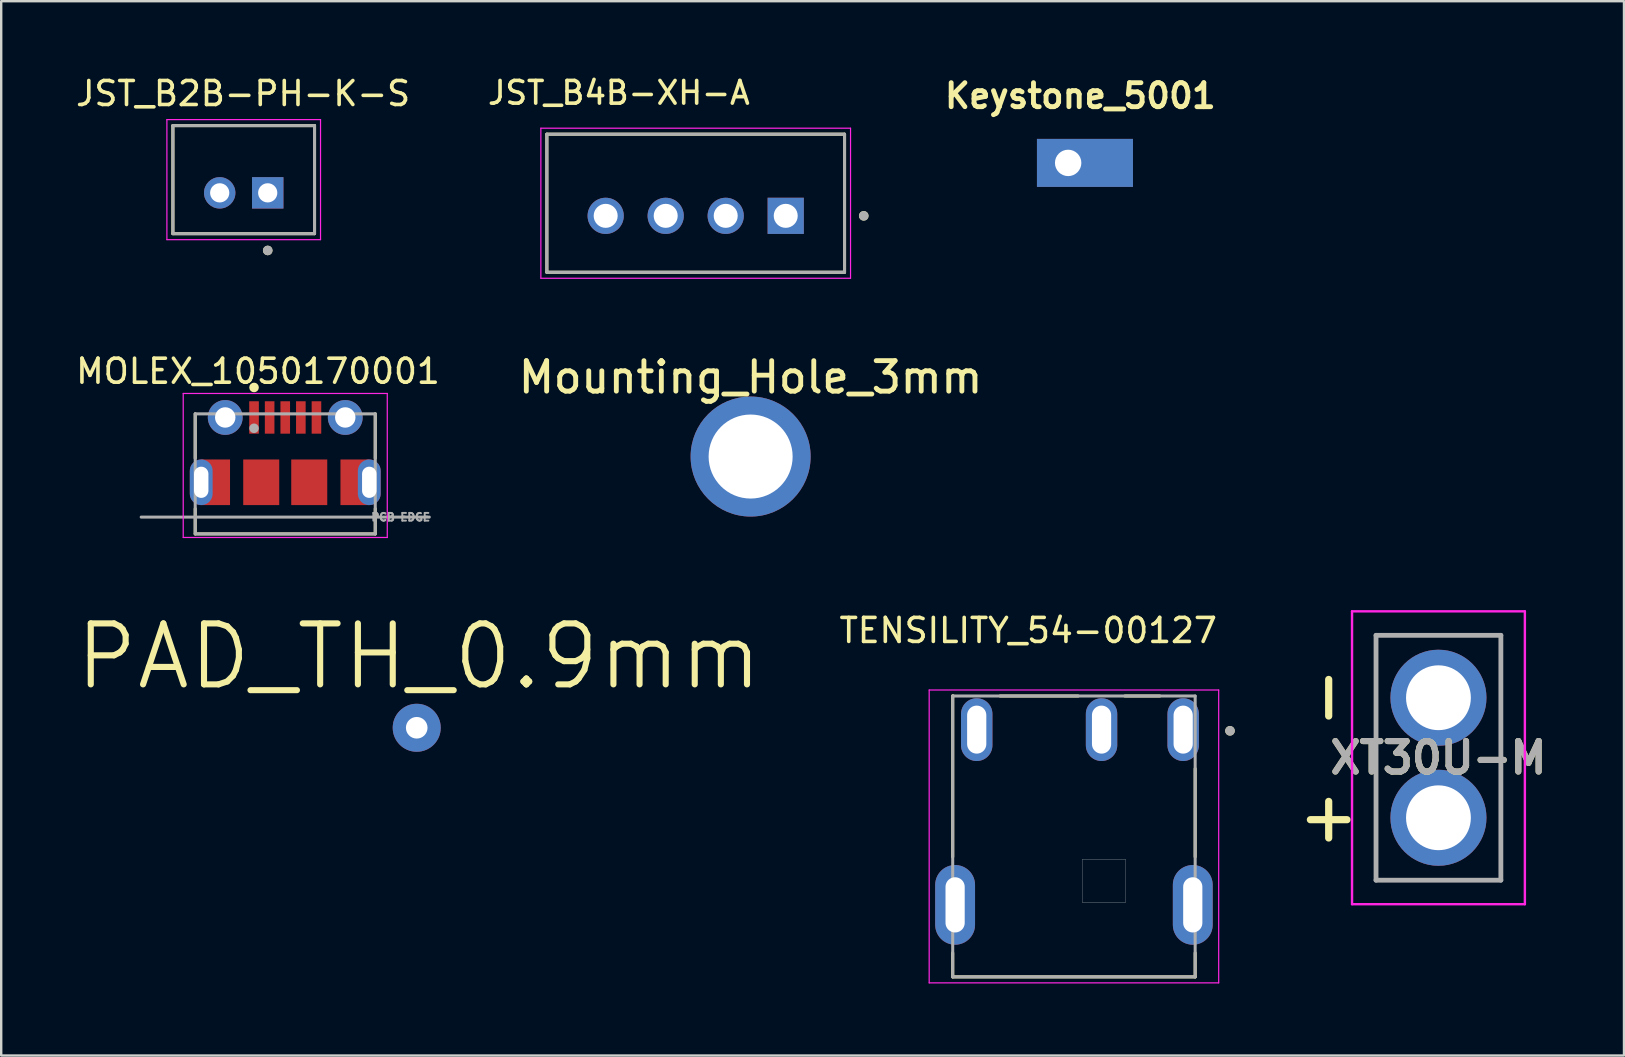
<source format=kicad_pcb>
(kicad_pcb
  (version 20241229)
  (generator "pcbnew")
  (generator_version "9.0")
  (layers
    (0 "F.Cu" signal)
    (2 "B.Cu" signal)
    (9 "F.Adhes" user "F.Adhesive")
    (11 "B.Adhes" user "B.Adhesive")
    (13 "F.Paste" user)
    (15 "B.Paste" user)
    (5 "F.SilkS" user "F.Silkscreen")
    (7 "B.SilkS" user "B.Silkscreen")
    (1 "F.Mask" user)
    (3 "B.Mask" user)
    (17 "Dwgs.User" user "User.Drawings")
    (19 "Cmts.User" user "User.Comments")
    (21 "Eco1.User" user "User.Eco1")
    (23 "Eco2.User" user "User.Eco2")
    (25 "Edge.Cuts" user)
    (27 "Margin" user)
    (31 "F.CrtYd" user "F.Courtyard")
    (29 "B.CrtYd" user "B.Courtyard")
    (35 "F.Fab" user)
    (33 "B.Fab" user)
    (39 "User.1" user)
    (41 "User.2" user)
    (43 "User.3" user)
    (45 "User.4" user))
  (footprint "Keystone_5001"
    (layer "F.Cu")
    (at 41.445 3.736)
    (property "Reference" "Keystone_5001" (at 0.508 -2.794 0) (layer "F.SilkS") (effects (font (size 1 1) (thickness 0.203))))
    (attr through_hole)
    (pad "1" thru_hole rect (at 0 0) (size 4 2) (drill 1.1 (offset 0.7 0)) (layers "*.Cu" "*.Mask")))
  (footprint "Mounting_Hole_3mm"
    (layer "F.Cu")
    (at 28.218 15.968)
    (property "Reference" "Mounting_Hole_3mm" (at 0 -3.302 0) (layer "F.SilkS") (effects (font (size 1.27 1.27) (thickness 0.203))))
    (attr through_hole)
    (pad "1" thru_hole circle (at 0 0) (size 5 5) (drill 3.5) (layers "*.Cu" "*.Mask")))
  (footprint "XT30U-M"
    (layer "F.Cu")
    (at 56.87 26.015)
    (property "Reference" "XT30U-M" (at 0 2.5 0) (layer "F.SilkS") (effects (font (size 1.27 1.27) (thickness 0.254))))
    (attr through_hole)
    (fp_line (start -5.334 5.08) (end -3.81 5.08) (stroke (width 0.3) (type default)) (layer "F.SilkS"))
    (fp_line (start -4.572 0.762) (end -4.572 -0.762) (stroke (width 0.3) (type default)) (layer "F.SilkS"))
    (fp_line (start -4.572 4.318) (end -4.572 5.842) (stroke (width 0.3) (type default)) (layer "F.SilkS"))
    (fp_line (start -2.6 -2.6) (end 2.6 -2.6) (stroke (width 0.1) (type solid)) (layer "F.SilkS"))
    (fp_line (start -2.6 7.6) (end -2.6 -2.6) (stroke (width 0.1) (type solid)) (layer "F.SilkS"))
    (fp_line (start 2.6 -2.6) (end 2.6 7.6) (stroke (width 0.1) (type solid)) (layer "F.SilkS"))
    (fp_line (start 2.6 7.6) (end -2.6 7.6) (stroke (width 0.1) (type solid)) (layer "F.SilkS"))
    (fp_line (start -3.6 -3.6) (end 3.6 -3.6) (stroke (width 0.1) (type solid)) (layer "F.CrtYd"))
    (fp_line (start -3.6 8.6) (end -3.6 -3.6) (stroke (width 0.1) (type solid)) (layer "F.CrtYd"))
    (fp_line (start 3.6 -3.6) (end 3.6 8.6) (stroke (width 0.1) (type solid)) (layer "F.CrtYd"))
    (fp_line (start 3.6 8.6) (end -3.6 8.6) (stroke (width 0.1) (type solid)) (layer "F.CrtYd"))
    (fp_line (start -2.6 -2.6) (end 2.6 -2.6) (stroke (width 0.2) (type solid)) (layer "F.Fab"))
    (fp_line (start -2.6 7.6) (end -2.6 -2.6) (stroke (width 0.2) (type solid)) (layer "F.Fab"))
    (fp_line (start 2.6 -2.6) (end 2.6 7.6) (stroke (width 0.2) (type solid)) (layer "F.Fab"))
    (fp_line (start 2.6 7.6) (end -2.6 7.6) (stroke (width 0.2) (type solid)) (layer "F.Fab"))
    (fp_text user "${REFERENCE}" (at 0 2.5 0) (layer "F.Fab") (effects (font (size 1.27 1.27) (thickness 0.254))))
    (pad "1" thru_hole circle (at 0 0) (size 4 4) (drill 2.7) (layers "*.Cu" "*.Mask"))
    (pad "2" thru_hole circle (at 0 5) (size 4 4) (drill 2.7) (layers "*.Cu" "*.Mask")))
  (footprint "TENSILITY_54-00127"
    (layer "F.Cu")
    (at 41.686 34.643)
    (property "Reference" "TENSILITY_54-00127" (at -1.905 -11.43 0) (layer "F.SilkS") (effects (font (size 1 1) (thickness 0.15))))
    (attr through_hole)
    (fp_line (start -5.05 -8.7) (end -5.024 -8.7) (stroke (width 0.127) (type solid)) (layer "F.SilkS"))
    (fp_line (start -5.05 -2) (end -5.05 -8.7) (stroke (width 0.127) (type solid)) (layer "F.SilkS"))
    (fp_line (start -5.05 3) (end -5.05 2) (stroke (width 0.127) (type solid)) (layer "F.SilkS"))
    (fp_line (start -3.076 -8.7) (end 0.176 -8.7) (stroke (width 0.127) (type solid)) (layer "F.SilkS"))
    (fp_line (start 2.124 -8.7) (end 3.576 -8.7) (stroke (width 0.127) (type solid)) (layer "F.SilkS"))
    (fp_line (start 5.05 -5.672) (end 5.05 -2) (stroke (width 0.127) (type solid)) (layer "F.SilkS"))
    (fp_line (start 5.05 3) (end -5.05 3) (stroke (width 0.127) (type solid)) (layer "F.SilkS"))
    (fp_line (start 5.05 3) (end 5.05 2) (stroke (width 0.127) (type solid)) (layer "F.SilkS"))
    (fp_circle (center 6.5 -7.25) (end 6.6 -7.25) (stroke (width 0.2) (type solid)) (fill no) (layer "F.SilkS"))
    (fp_line (start 0.35 -1.9) (end 2.15 -1.9) (stroke (width 0.01) (type solid)) (layer "Edge.Cuts"))
    (fp_line (start 0.35 -0.1) (end 0.35 -1.9) (stroke (width 0.01) (type solid)) (layer "Edge.Cuts"))
    (fp_line (start 2.15 -1.9) (end 2.15 -0.1) (stroke (width 0.01) (type solid)) (layer "Edge.Cuts"))
    (fp_line (start 2.15 -0.1) (end 0.35 -0.1) (stroke (width 0.01) (type solid)) (layer "Edge.Cuts"))
    (fp_line (start -6.03 -8.95) (end -6.03 3.25) (stroke (width 0.05) (type solid)) (layer "F.CrtYd"))
    (fp_line (start -6.03 3.25) (end 6.03 3.25) (stroke (width 0.05) (type solid)) (layer "F.CrtYd"))
    (fp_line (start 6.03 -8.95) (end -6.03 -8.95) (stroke (width 0.05) (type solid)) (layer "F.CrtYd"))
    (fp_line (start 6.03 3.25) (end 6.03 -8.95) (stroke (width 0.05) (type solid)) (layer "F.CrtYd"))
    (fp_line (start -5.05 -8.7) (end 5.05 -8.7) (stroke (width 0.127) (type solid)) (layer "F.Fab"))
    (fp_line (start -5.05 3) (end -5.05 -8.7) (stroke (width 0.127) (type solid)) (layer "F.Fab"))
    (fp_line (start 5.05 -8.7) (end 5.05 3) (stroke (width 0.127) (type solid)) (layer "F.Fab"))
    (fp_line (start 5.05 3) (end -5.05 3) (stroke (width 0.127) (type solid)) (layer "F.Fab"))
    (fp_circle (center 6.5 -7.25) (end 6.6 -7.25) (stroke (width 0.2) (type solid)) (fill no) (layer "F.Fab"))
    (pad "A" thru_hole oval (at 4.55 -7.3) (size 1.308 2.616) (drill oval 0.8 2) (layers "*.Cu" "*.Mask"))
    (pad "B" thru_hole oval (at -4.05 -7.3) (size 1.308 2.616) (drill oval 0.8 2) (layers "*.Cu" "*.Mask"))
    (pad "C" thru_hole oval (at 1.15 -7.3) (size 1.308 2.616) (drill oval 0.8 2) (layers "*.Cu" "*.Mask"))
    (pad "SH1" thru_hole oval (at -4.95 0) (size 1.66 3.32) (drill oval 0.8 2.3) (layers "*.Cu" "*.Mask"))
    (pad "SH2" thru_hole oval (at 4.95 0) (size 1.66 3.32) (drill oval 0.8 2.3) (layers "*.Cu" "*.Mask")))
  (footprint "MOLEX_1050170001"
    (layer "F.Cu")
    (at 8.832 16.69)
    (property "Reference" "MOLEX_1050170001" (at -1.135 -4.275 0) (layer "F.SilkS") (effects (font (size 1 1) (thickness 0.15))))
    (attr smd)
    (fp_line (start -3.75 -0.65) (end -3.75 -2.5) (stroke (width 0.127) (type solid)) (layer "F.SilkS"))
    (fp_line (start -3.75 2.5) (end -3.75 1.45) (stroke (width 0.127) (type solid)) (layer "F.SilkS"))
    (fp_line (start 3.75 -2.5) (end 3.75 -0.65) (stroke (width 0.127) (type solid)) (layer "F.SilkS"))
    (fp_line (start 3.75 1.45) (end 3.75 2.5) (stroke (width 0.127) (type solid)) (layer "F.SilkS"))
    (fp_line (start 3.75 2.5) (end -3.75 2.5) (stroke (width 0.127) (type solid)) (layer "F.SilkS"))
    (fp_circle (center -1.3 -3.6) (end -1.2 -3.6) (stroke (width 0.2) (type solid)) (fill no) (layer "F.SilkS"))
    (fp_line (start -4.25 -3.35) (end -4.25 2.65) (stroke (width 0.05) (type solid)) (layer "F.CrtYd"))
    (fp_line (start -4.25 2.65) (end 4.25 2.65) (stroke (width 0.05) (type solid)) (layer "F.CrtYd"))
    (fp_line (start 4.25 -3.35) (end -4.25 -3.35) (stroke (width 0.05) (type solid)) (layer "F.CrtYd"))
    (fp_line (start 4.25 2.65) (end 4.25 -3.35) (stroke (width 0.05) (type solid)) (layer "F.CrtYd"))
    (fp_line (start -3.75 -2.5) (end 3.75 -2.5) (stroke (width 0.127) (type solid)) (layer "F.Fab"))
    (fp_line (start -3.75 1.8) (end -6 1.8) (stroke (width 0.127) (type solid)) (layer "F.Fab"))
    (fp_line (start -3.75 1.8) (end -3.75 -2.5) (stroke (width 0.127) (type solid)) (layer "F.Fab"))
    (fp_line (start -3.75 2.45) (end -3.75 1.8) (stroke (width 0.127) (type solid)) (layer "F.Fab"))
    (fp_line (start 3.75 -2.5) (end 3.75 1.8) (stroke (width 0.127) (type solid)) (layer "F.Fab"))
    (fp_line (start 3.75 1.8) (end -3.75 1.8) (stroke (width 0.127) (type solid)) (layer "F.Fab"))
    (fp_line (start 3.75 1.8) (end 6 1.8) (stroke (width 0.127) (type solid)) (layer "F.Fab"))
    (fp_line (start 3.75 2.5) (end -3.75 2.5) (stroke (width 0.127) (type solid)) (layer "F.Fab"))
    (fp_line (start 3.75 2.5) (end 3.75 1.8) (stroke (width 0.127) (type solid)) (layer "F.Fab"))
    (fp_circle (center -1.3 -1.9) (end -1.2 -1.9) (stroke (width 0.2) (type solid)) (fill no) (layer "F.Fab"))
    (fp_text user "PCB EDGE" (at 4.808 1.803 0) (layer "F.Fab") (effects (font (size 0.321 0.321) (thickness 0.15))))
    (pad "1" smd rect (at -1.3 -2.35 90) (size 1.35 0.4) (layers "F.Cu" "F.Mask" "F.Paste"))
    (pad "2" smd rect (at -0.65 -2.35 90) (size 1.35 0.4) (layers "F.Cu" "F.Mask" "F.Paste"))
    (pad "3" smd rect (at 0 -2.35 90) (size 1.35 0.4) (layers "F.Cu" "F.Mask" "F.Paste"))
    (pad "4" smd rect (at 0.65 -2.35 90) (size 1.35 0.4) (layers "F.Cu" "F.Mask" "F.Paste"))
    (pad "5" smd rect (at 1.3 -2.35 90) (size 1.35 0.4) (layers "F.Cu" "F.Mask" "F.Paste"))
    (pad "SH1" thru_hole circle (at -2.5 -2.35) (size 1.45 1.45) (drill 0.85) (layers "*.Cu" "*.Mask"))
    (pad "SH2" thru_hole circle (at 2.5 -2.35) (size 1.45 1.45) (drill 0.85) (layers "*.Cu" "*.Mask"))
    (pad "SH3" thru_hole oval (at -3.5 0.35) (size 0.95 1.9) (drill oval 0.6 1.3) (layers "*.Cu" "*.Mask"))
    (pad "SH4" smd rect (at -2.9 0.35 90) (size 1.9 1.2) (layers "F.Cu" "F.Mask" "F.Paste"))
    (pad "SH5" smd rect (at -1 0.35 90) (size 1.9 1.5) (layers "F.Cu" "F.Mask" "F.Paste"))
    (pad "SH6" smd rect (at 1 0.35 90) (size 1.9 1.5) (layers "F.Cu" "F.Mask" "F.Paste"))
    (pad "SH7" smd rect (at 2.9 0.35 90) (size 1.9 1.2) (layers "F.Cu" "F.Mask" "F.Paste"))
    (pad "SH8" thru_hole oval (at 3.5 0.35) (size 0.95 1.9) (drill oval 0.6 1.3) (layers "*.Cu" "*.Mask")))
  (footprint "JST_B2B-PH-K-S"
    (layer "F.Cu")
    (at 7.102 4.433)
    (property "Reference" "JST_B2B-PH-K-S" (at -0.025 -3.585 0) (layer "F.SilkS") (effects (font (size 1 1) (thickness 0.15))))
    (attr through_hole)
    (fp_line (start -2.95 -2.25) (end 2.95 -2.25) (stroke (width 0.127) (type solid)) (layer "F.SilkS"))
    (fp_line (start -2.95 2.25) (end -2.95 -2.25) (stroke (width 0.127) (type solid)) (layer "F.SilkS"))
    (fp_line (start 2.95 -2.25) (end 2.95 2.25) (stroke (width 0.127) (type solid)) (layer "F.SilkS"))
    (fp_line (start 2.95 2.25) (end -2.95 2.25) (stroke (width 0.127) (type solid)) (layer "F.SilkS"))
    (fp_circle (center 1 2.95) (end 1.1 2.95) (stroke (width 0.2) (type solid)) (fill no) (layer "F.SilkS"))
    (fp_line (start -3.2 -2.5) (end 3.2 -2.5) (stroke (width 0.05) (type solid)) (layer "F.CrtYd"))
    (fp_line (start -3.2 2.5) (end -3.2 -2.5) (stroke (width 0.05) (type solid)) (layer "F.CrtYd"))
    (fp_line (start 3.2 -2.5) (end 3.2 2.5) (stroke (width 0.05) (type solid)) (layer "F.CrtYd"))
    (fp_line (start 3.2 2.5) (end -3.2 2.5) (stroke (width 0.05) (type solid)) (layer "F.CrtYd"))
    (fp_line (start -2.95 -2.25) (end 2.95 -2.25) (stroke (width 0.127) (type solid)) (layer "F.Fab"))
    (fp_line (start -2.95 2.25) (end -2.95 -2.25) (stroke (width 0.127) (type solid)) (layer "F.Fab"))
    (fp_line (start 2.95 -2.25) (end 2.95 2.25) (stroke (width 0.127) (type solid)) (layer "F.Fab"))
    (fp_line (start 2.95 2.25) (end -2.95 2.25) (stroke (width 0.127) (type solid)) (layer "F.Fab"))
    (fp_circle (center 1 2.95) (end 1.1 2.95) (stroke (width 0.2) (type solid)) (fill no) (layer "F.Fab"))
    (pad "1" thru_hole rect (at 1 0.55) (size 1.308 1.308) (drill 0.8) (layers "*.Cu" "*.Mask"))
    (pad "2" thru_hole circle (at -1 0.55) (size 1.308 1.308) (drill 0.8) (layers "*.Cu" "*.Mask")))
  (footprint "JST_B4B-XH-A"
    (layer "F.Cu")
    (at 25.93 5.416)
    (property "Reference" "JST_B4B-XH-A" (at -3.2 -4.6 0) (layer "F.SilkS") (effects (font (size 0.945 0.945) (thickness 0.15))))
    (attr through_hole)
    (fp_line (start -6.2 -2.875) (end 6.2 -2.875) (stroke (width 0.127) (type solid)) (layer "F.SilkS"))
    (fp_line (start -6.2 2.875) (end -6.2 -2.875) (stroke (width 0.127) (type solid)) (layer "F.SilkS"))
    (fp_line (start 6.2 -2.875) (end 6.2 2.875) (stroke (width 0.127) (type solid)) (layer "F.SilkS"))
    (fp_line (start 6.2 2.875) (end -6.2 2.875) (stroke (width 0.127) (type solid)) (layer "F.SilkS"))
    (fp_circle (center 7 0.525) (end 7.1 0.525) (stroke (width 0.2) (type solid)) (fill no) (layer "F.SilkS"))
    (fp_line (start -6.45 -3.125) (end 6.45 -3.125) (stroke (width 0.05) (type solid)) (layer "F.CrtYd"))
    (fp_line (start -6.45 3.125) (end -6.45 -3.125) (stroke (width 0.05) (type solid)) (layer "F.CrtYd"))
    (fp_line (start 6.45 -3.125) (end 6.45 3.125) (stroke (width 0.05) (type solid)) (layer "F.CrtYd"))
    (fp_line (start 6.45 3.125) (end -6.45 3.125) (stroke (width 0.05) (type solid)) (layer "F.CrtYd"))
    (fp_line (start -6.2 -2.875) (end 6.2 -2.875) (stroke (width 0.127) (type solid)) (layer "F.Fab"))
    (fp_line (start -6.2 2.875) (end -6.2 -2.875) (stroke (width 0.127) (type solid)) (layer "F.Fab"))
    (fp_line (start 6.2 -2.875) (end 6.2 2.875) (stroke (width 0.127) (type solid)) (layer "F.Fab"))
    (fp_line (start 6.2 2.875) (end -6.2 2.875) (stroke (width 0.127) (type solid)) (layer "F.Fab"))
    (fp_circle (center 7 0.525) (end 7.1 0.525) (stroke (width 0.2) (type solid)) (fill no) (layer "F.Fab"))
    (pad "1" thru_hole rect (at 3.75 0.525) (size 1.508 1.508) (drill 1) (layers "*.Cu" "*.Mask"))
    (pad "2" thru_hole circle (at 1.25 0.525) (size 1.508 1.508) (drill 1) (layers "*.Cu" "*.Mask"))
    (pad "3" thru_hole circle (at -1.25 0.525) (size 1.508 1.508) (drill 1) (layers "*.Cu" "*.Mask"))
    (pad "4" thru_hole circle (at -3.75 0.525) (size 1.508 1.508) (drill 1) (layers "*.Cu" "*.Mask")))
  (footprint "PAD_TH_0.9mm"
    (layer "F.Cu")
    (at 14.309 27.266)
    (property "Reference" "PAD_TH_0.9mm" (at 0.09 -2.97 0) (layer "F.SilkS") (effects (font (size 2.54 2.54) (thickness 0.254))))
    (attr through_hole)
    (pad "1" thru_hole circle (at 0 0) (size 2 2) (drill 0.9) (layers "*.Cu" "*.Mask")))
  (gr_rect
    (start -3 -3)
    (end 64.599 40.918)
    (stroke (width 0.1) (type default))
    (fill no)
    (layer "Edge.Cuts")))
</source>
